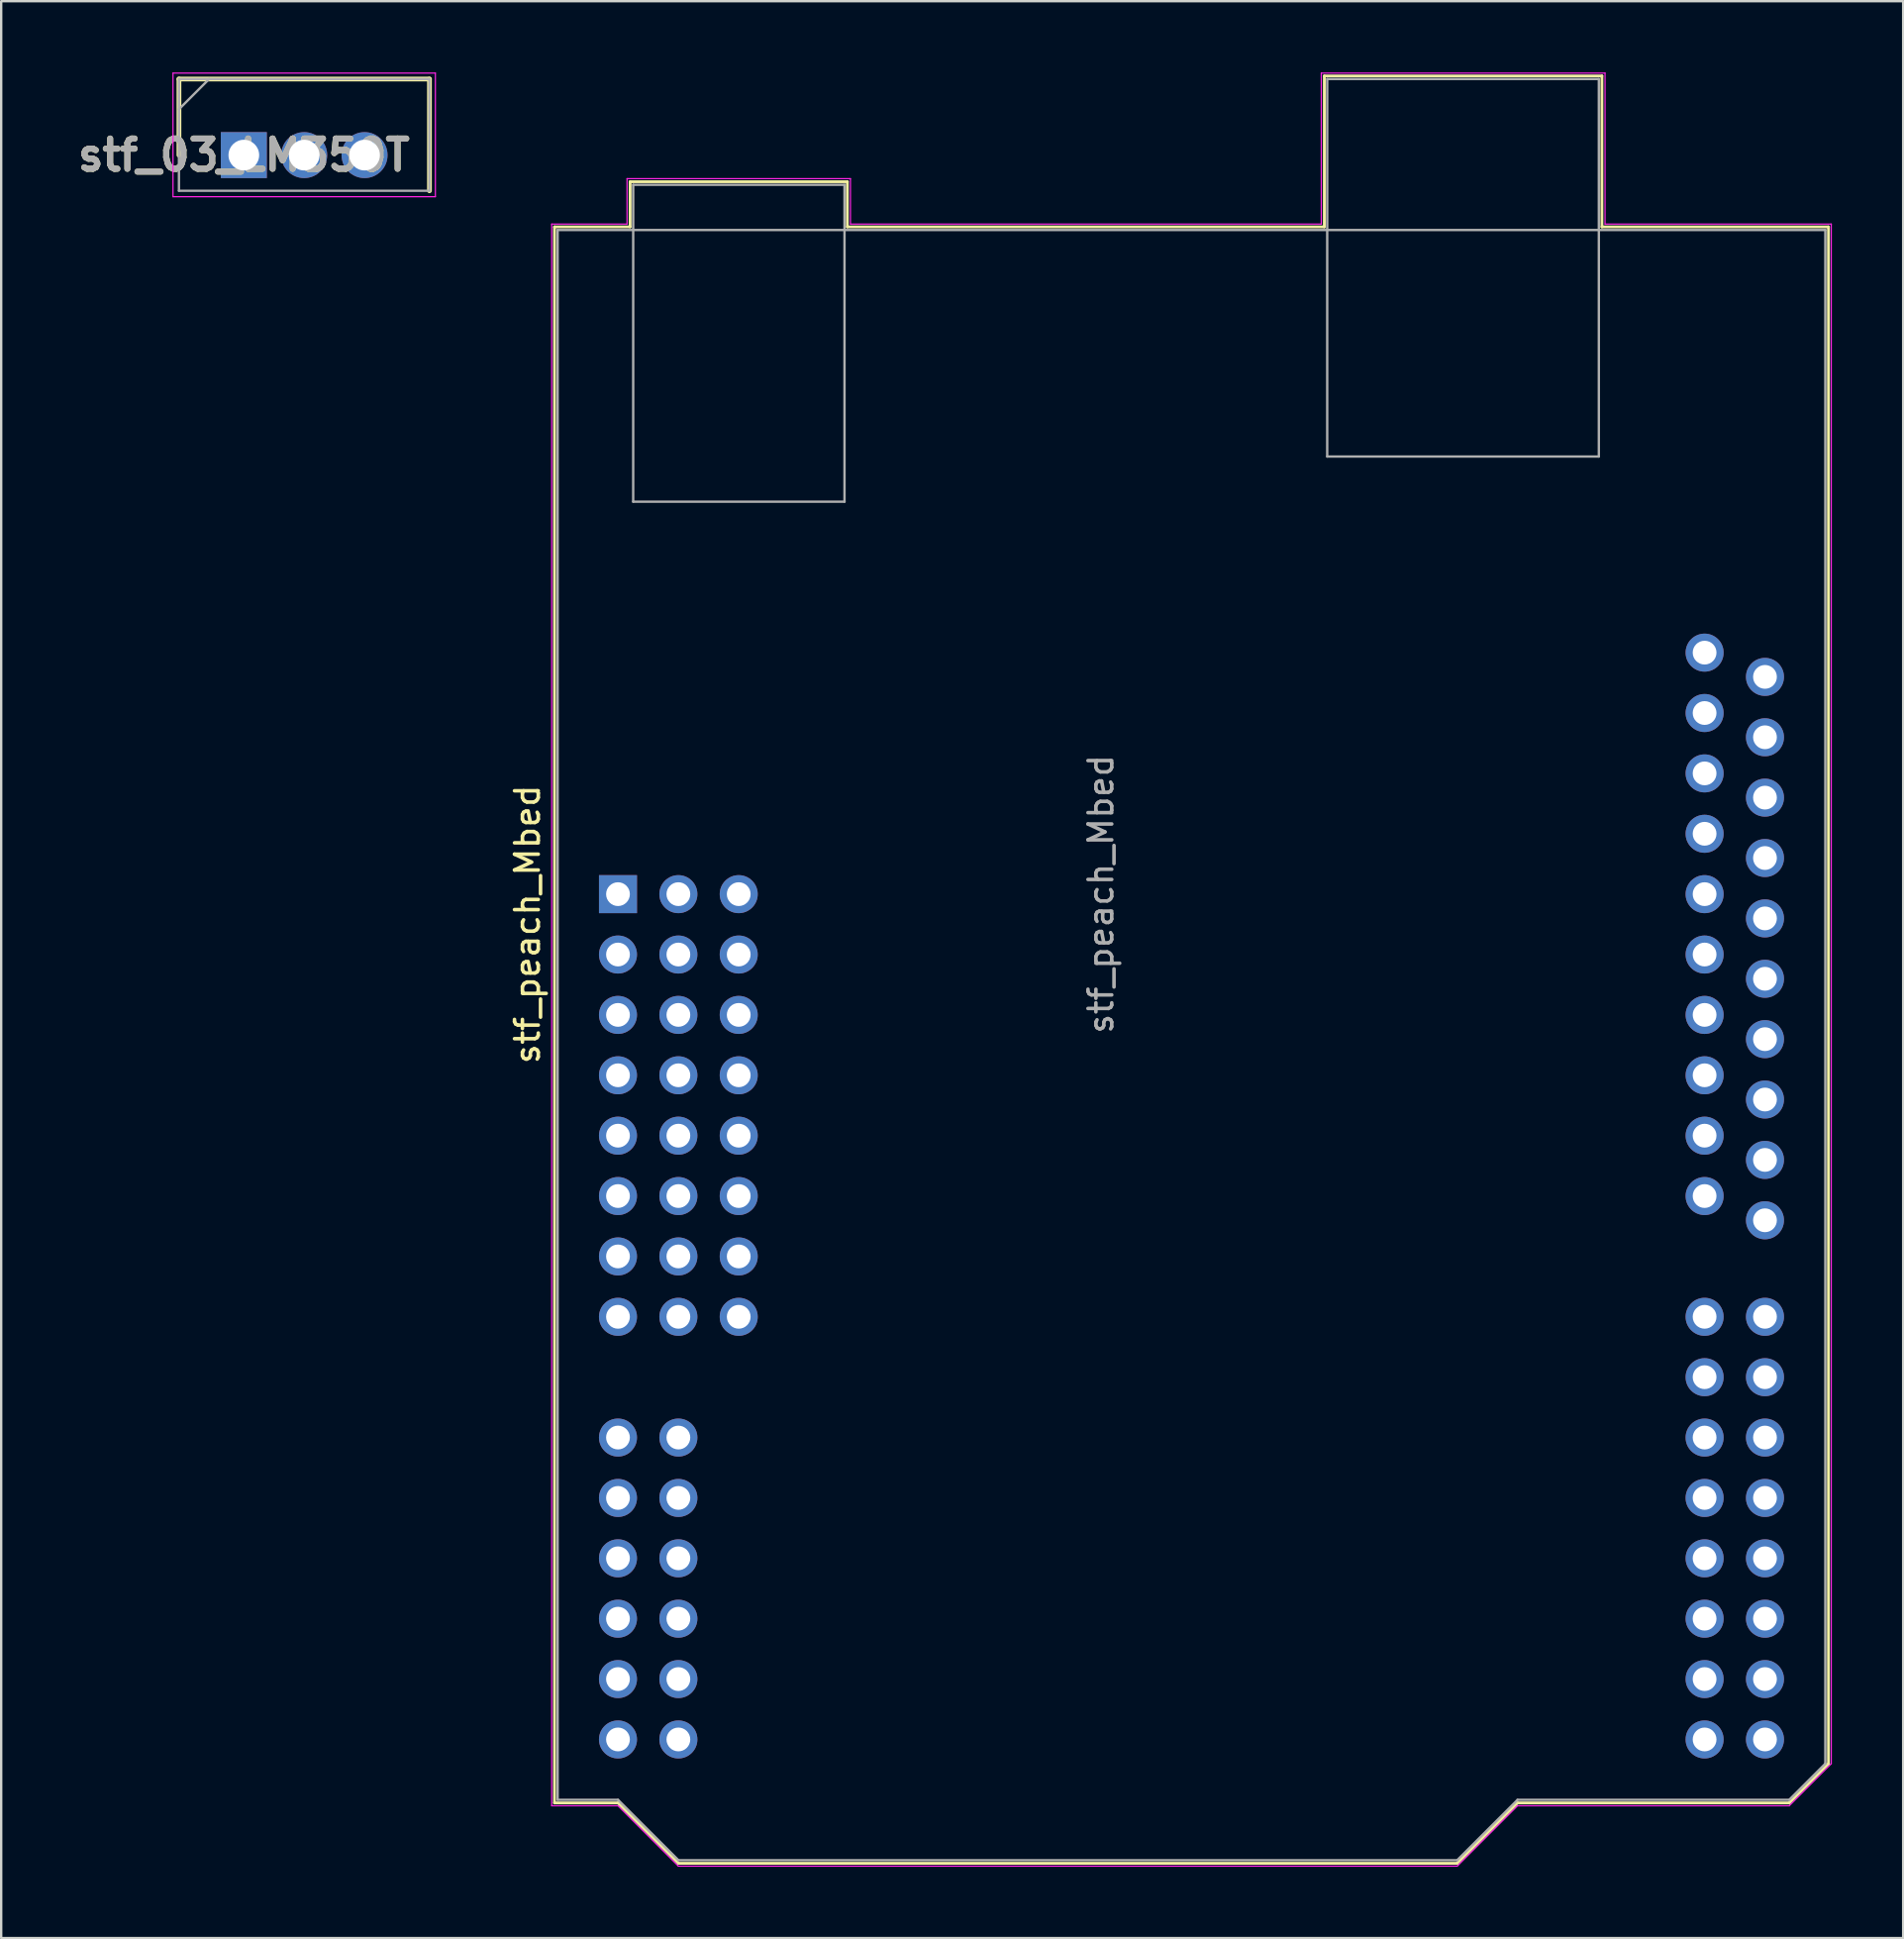
<source format=kicad_pcb>
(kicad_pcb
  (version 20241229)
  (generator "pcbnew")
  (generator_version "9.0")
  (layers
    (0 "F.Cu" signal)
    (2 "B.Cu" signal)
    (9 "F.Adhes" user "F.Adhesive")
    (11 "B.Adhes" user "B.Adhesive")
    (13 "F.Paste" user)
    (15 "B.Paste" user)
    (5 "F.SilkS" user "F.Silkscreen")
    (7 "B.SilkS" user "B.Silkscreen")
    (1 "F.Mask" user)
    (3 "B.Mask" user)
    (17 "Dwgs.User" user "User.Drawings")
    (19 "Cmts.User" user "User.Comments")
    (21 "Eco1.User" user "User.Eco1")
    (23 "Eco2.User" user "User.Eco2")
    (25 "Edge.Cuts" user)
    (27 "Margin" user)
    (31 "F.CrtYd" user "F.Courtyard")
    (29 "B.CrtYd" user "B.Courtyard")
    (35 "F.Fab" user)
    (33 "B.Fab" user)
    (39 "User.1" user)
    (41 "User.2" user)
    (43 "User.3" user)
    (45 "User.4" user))
  (footprint "stf_peach_Mbed"
    (layer "F.Cu")
    (at 31.36 48.535)
    (property "Reference" "stf_peach_Mbed" (at -12.217 -12.7 270) (layer "F.SilkS") (effects (font (size 1 1) (thickness 0.15))))
    (attr through_hole)
    (fp_line (start -11.078 -42.04) (end -7.897 -42.04) (stroke (width 0.12) (type solid)) (layer "F.SilkS"))
    (fp_line (start -11.078 24.26) (end -11.078 -42.04) (stroke (width 0.12) (type solid)) (layer "F.SilkS"))
    (fp_line (start -8.408 24.26) (end -11.078 24.26) (stroke (width 0.12) (type solid)) (layer "F.SilkS"))
    (fp_line (start -7.897 -43.94) (end 1.242 -43.94) (stroke (width 0.12) (type solid)) (layer "F.SilkS"))
    (fp_line (start -7.897 -42.04) (end -7.897 -43.94) (stroke (width 0.12) (type solid)) (layer "F.SilkS"))
    (fp_line (start -5.867 26.8) (end -8.408 24.26) (stroke (width 0.12) (type solid)) (layer "F.SilkS"))
    (fp_line (start 1.242 -43.94) (end 1.242 -42.04) (stroke (width 0.12) (type solid)) (layer "F.SilkS"))
    (fp_line (start 1.242 -42.04) (end 21.312 -42.04) (stroke (width 0.12) (type solid)) (layer "F.SilkS"))
    (fp_line (start 21.312 -48.39) (end 32.992 -48.39) (stroke (width 0.12) (type solid)) (layer "F.SilkS"))
    (fp_line (start 21.312 -42.04) (end 21.312 -48.39) (stroke (width 0.12) (type solid)) (layer "F.SilkS"))
    (fp_line (start 26.902 26.8) (end -5.867 26.8) (stroke (width 0.12) (type solid)) (layer "F.SilkS"))
    (fp_line (start 29.442 24.26) (end 26.902 26.8) (stroke (width 0.12) (type solid)) (layer "F.SilkS"))
    (fp_line (start 32.992 -48.39) (end 32.992 -42.04) (stroke (width 0.12) (type solid)) (layer "F.SilkS"))
    (fp_line (start 32.992 -42.04) (end 42.523 -42.04) (stroke (width 0.12) (type solid)) (layer "F.SilkS"))
    (fp_line (start 40.873 24.26) (end 29.442 24.26) (stroke (width 0.12) (type solid)) (layer "F.SilkS"))
    (fp_line (start 42.523 -42.04) (end 42.523 22.61) (stroke (width 0.12) (type solid)) (layer "F.SilkS"))
    (fp_line (start 42.523 22.61) (end 40.873 24.26) (stroke (width 0.12) (type solid)) (layer "F.SilkS"))
    (fp_line (start -11.197 -42.16) (end -11.197 24.38) (stroke (width 0.05) (type solid)) (layer "F.CrtYd"))
    (fp_line (start -11.197 24.38) (end -8.408 24.38) (stroke (width 0.05) (type solid)) (layer "F.CrtYd"))
    (fp_line (start -8.408 24.38) (end -5.867 26.92) (stroke (width 0.05) (type solid)) (layer "F.CrtYd"))
    (fp_line (start -8.027 -44.07) (end -8.027 -42.16) (stroke (width 0.05) (type solid)) (layer "F.CrtYd"))
    (fp_line (start -8.027 -42.16) (end -11.197 -42.16) (stroke (width 0.05) (type solid)) (layer "F.CrtYd"))
    (fp_line (start -5.867 26.92) (end 26.902 26.92) (stroke (width 0.05) (type solid)) (layer "F.CrtYd"))
    (fp_line (start 1.373 -44.07) (end -8.027 -44.07) (stroke (width 0.05) (type solid)) (layer "F.CrtYd"))
    (fp_line (start 1.373 -42.16) (end 1.373 -44.07) (stroke (width 0.05) (type solid)) (layer "F.CrtYd"))
    (fp_line (start 21.183 -48.51) (end 21.183 -42.16) (stroke (width 0.05) (type solid)) (layer "F.CrtYd"))
    (fp_line (start 21.183 -42.16) (end 1.373 -42.16) (stroke (width 0.05) (type solid)) (layer "F.CrtYd"))
    (fp_line (start 26.902 26.92) (end 29.442 24.38) (stroke (width 0.05) (type solid)) (layer "F.CrtYd"))
    (fp_line (start 29.442 24.38) (end 40.873 24.38) (stroke (width 0.05) (type solid)) (layer "F.CrtYd"))
    (fp_line (start 33.123 -48.51) (end 21.183 -48.51) (stroke (width 0.05) (type solid)) (layer "F.CrtYd"))
    (fp_line (start 33.123 -42.16) (end 33.123 -48.51) (stroke (width 0.05) (type solid)) (layer "F.CrtYd"))
    (fp_line (start 40.873 24.38) (end 42.642 22.61) (stroke (width 0.05) (type solid)) (layer "F.CrtYd"))
    (fp_line (start 42.642 -42.16) (end 33.123 -42.16) (stroke (width 0.05) (type solid)) (layer "F.CrtYd"))
    (fp_line (start 42.642 22.61) (end 42.642 -42.16) (stroke (width 0.05) (type solid)) (layer "F.CrtYd"))
    (fp_line (start -10.947 -41.91) (end -10.947 24.13) (stroke (width 0.1) (type solid)) (layer "F.Fab"))
    (fp_line (start -10.947 24.13) (end -8.408 24.13) (stroke (width 0.1) (type solid)) (layer "F.Fab"))
    (fp_line (start -8.408 24.13) (end -5.867 26.67) (stroke (width 0.1) (type solid)) (layer "F.Fab"))
    (fp_line (start -7.768 -43.81) (end -7.768 -30.48) (stroke (width 0.1) (type solid)) (layer "F.Fab"))
    (fp_line (start -7.768 -30.48) (end 1.123 -30.48) (stroke (width 0.1) (type solid)) (layer "F.Fab"))
    (fp_line (start -5.867 26.67) (end 26.902 26.67) (stroke (width 0.1) (type solid)) (layer "F.Fab"))
    (fp_line (start 1.123 -43.81) (end -7.768 -43.81) (stroke (width 0.1) (type solid)) (layer "F.Fab"))
    (fp_line (start 1.123 -30.48) (end 1.123 -43.81) (stroke (width 0.1) (type solid)) (layer "F.Fab"))
    (fp_line (start 21.433 -48.26) (end 21.433 -32.38) (stroke (width 0.1) (type solid)) (layer "F.Fab"))
    (fp_line (start 21.433 -32.38) (end 32.862 -32.38) (stroke (width 0.1) (type solid)) (layer "F.Fab"))
    (fp_line (start 26.902 26.67) (end 29.442 24.13) (stroke (width 0.1) (type solid)) (layer "F.Fab"))
    (fp_line (start 29.442 24.13) (end 40.873 24.13) (stroke (width 0.1) (type solid)) (layer "F.Fab"))
    (fp_line (start 32.862 -48.26) (end 21.433 -48.26) (stroke (width 0.1) (type solid)) (layer "F.Fab"))
    (fp_line (start 32.862 -32.38) (end 32.862 -48.26) (stroke (width 0.1) (type solid)) (layer "F.Fab"))
    (fp_line (start 40.873 24.13) (end 42.392 22.61) (stroke (width 0.1) (type solid)) (layer "F.Fab"))
    (fp_line (start 42.392 -41.91) (end -10.947 -41.91) (stroke (width 0.1) (type solid)) (layer "F.Fab"))
    (fp_line (start 42.392 22.61) (end 42.392 -41.91) (stroke (width 0.1) (type solid)) (layer "F.Fab"))
    (fp_text user "${REFERENCE}" (at 11.912 -13.97 270) (layer "F.Fab") (effects (font (size 1 1) (thickness 0.15))))
    (pad "+++3V3" thru_hole oval (at -8.408 -6.35) (size 1.6 1.6) (drill 1) (layers "*.Cu" "*.Mask"))
    (pad "++3V3" thru_hole oval (at 37.312 19.05) (size 1.6 1.6) (drill 1) (layers "*.Cu" "*.Mask"))
    (pad "+3V3" thru_hole oval (at -8.408 -11.43) (size 1.6 1.6) (drill 1) (layers "*.Cu" "*.Mask"))
    (pad "+5V" thru_hole oval (at -8.408 -3.81) (size 1.6 1.6) (drill 1) (layers "*.Cu" "*.Mask"))
    (pad "AVDD" thru_hole oval (at 39.852 -18.03) (size 1.6 1.6) (drill 1) (layers "*.Cu" "*.Mask"))
    (pad "GND" thru_hole oval (at -8.408 -1.27) (size 1.6 1.6) (drill 1) (layers "*.Cu" "*.Mask"))
    (pad "GND2" thru_hole oval (at -8.408 1.27) (size 1.6 1.6) (drill 1) (layers "*.Cu" "*.Mask"))
    (pad "GND3" thru_hole oval (at 37.312 21.59) (size 1.6 1.6) (drill 1) (layers "*.Cu" "*.Mask"))
    (pad "GND4" thru_hole oval (at 39.852 -15.49) (size 1.6 1.6) (drill 1) (layers "*.Cu" "*.Mask"))
    (pad "N/A" thru_hole rect (at -8.408 -13.97) (size 1.6 1.6) (drill 1) (layers "*.Cu" "*.Mask"))
    (pad "NTSC_1A" thru_hole oval (at 37.312 16.51) (size 1.6 1.6) (drill 1) (layers "*.Cu" "*.Mask"))
    (pad "NTSC_1B" thru_hole oval (at 37.312 13.97) (size 1.6 1.6) (drill 1) (layers "*.Cu" "*.Mask"))
    (pad "P1_0" thru_hole oval (at -5.867 13.97) (size 1.6 1.6) (drill 1) (layers "*.Cu" "*.Mask"))
    (pad "P1_1" thru_hole oval (at -5.867 11.43) (size 1.6 1.6) (drill 1) (layers "*.Cu" "*.Mask"))
    (pad "P1_2" thru_hole oval (at 39.852 -23.11) (size 1.6 1.6) (drill 1) (layers "*.Cu" "*.Mask"))
    (pad "P1_3" thru_hole oval (at 39.852 -20.57) (size 1.6 1.6) (drill 1) (layers "*.Cu" "*.Mask"))
    (pad "P1_6" thru_hole oval (at -5.867 21.59) (size 1.6 1.6) (drill 1) (layers "*.Cu" "*.Mask"))
    (pad "P1_7" thru_hole oval (at -5.867 19.05) (size 1.6 1.6) (drill 1) (layers "*.Cu" "*.Mask"))
    (pad "P1_8" thru_hole oval (at -8.408 8.89) (size 1.6 1.6) (drill 1) (layers "*.Cu" "*.Mask"))
    (pad "P1_9" thru_hole oval (at -8.408 11.43) (size 1.6 1.6) (drill 1) (layers "*.Cu" "*.Mask"))
    (pad "P1_10" thru_hole oval (at -8.408 13.97) (size 1.6 1.6) (drill 1) (layers "*.Cu" "*.Mask"))
    (pad "P1_11" thru_hole oval (at -8.408 16.51) (size 1.6 1.6) (drill 1) (layers "*.Cu" "*.Mask"))
    (pad "P1_12" thru_hole oval (at -5.867 16.51) (size 1.6 1.6) (drill 1) (layers "*.Cu" "*.Mask"))
    (pad "P1_13" thru_hole oval (at -8.408 19.05) (size 1.6 1.6) (drill 1) (layers "*.Cu" "*.Mask"))
    (pad "P1_15" thru_hole oval (at -8.408 21.59) (size 1.6 1.6) (drill 1) (layers "*.Cu" "*.Mask"))
    (pad "P2_0" thru_hole oval (at -5.867 3.81) (size 1.6 1.6) (drill 1) (layers "*.Cu" "*.Mask"))
    (pad "P2_1" thru_hole oval (at -5.867 1.27) (size 1.6 1.6) (drill 1) (layers "*.Cu" "*.Mask"))
    (pad "P2_2" thru_hole oval (at -5.867 -1.27) (size 1.6 1.6) (drill 1) (layers "*.Cu" "*.Mask"))
    (pad "P2_3" thru_hole oval (at -5.867 -3.81) (size 1.6 1.6) (drill 1) (layers "*.Cu" "*.Mask"))
    (pad "P2_4" thru_hole oval (at -5.867 -6.35) (size 1.6 1.6) (drill 1) (layers "*.Cu" "*.Mask"))
    (pad "P2_5" thru_hole oval (at -5.867 -8.89) (size 1.6 1.6) (drill 1) (layers "*.Cu" "*.Mask"))
    (pad "P2_6" thru_hole oval (at -5.867 -11.43) (size 1.6 1.6) (drill 1) (layers "*.Cu" "*.Mask"))
    (pad "P2_7" thru_hole oval (at -5.867 -13.97) (size 1.6 1.6) (drill 1) (layers "*.Cu" "*.Mask"))
    (pad "P2_9" thru_hole oval (at 37.312 8.89) (size 1.6 1.6) (drill 1) (layers "*.Cu" "*.Mask"))
    (pad "P2_10" thru_hole oval (at 37.312 11.43) (size 1.6 1.6) (drill 1) (layers "*.Cu" "*.Mask"))
    (pad "P2_13" thru_hole oval (at 37.312 -21.59) (size 1.6 1.6) (drill 1) (layers "*.Cu" "*.Mask"))
    (pad "P2_14" thru_hole oval (at 39.852 19.05) (size 1.6 1.6) (drill 1) (layers "*.Cu" "*.Mask"))
    (pad "P2_15" thru_hole oval (at 39.852 21.59) (size 1.6 1.6) (drill 1) (layers "*.Cu" "*.Mask"))
    (pad "P3_8" thru_hole oval (at -3.328 3.81) (size 1.6 1.6) (drill 1) (layers "*.Cu" "*.Mask"))
    (pad "P3_9" thru_hole oval (at -3.328 1.27) (size 1.6 1.6) (drill 1) (layers "*.Cu" "*.Mask"))
    (pad "P3_10" thru_hole oval (at -3.328 -1.27) (size 1.6 1.6) (drill 1) (layers "*.Cu" "*.Mask"))
    (pad "P3_11" thru_hole oval (at -3.328 -3.81) (size 1.6 1.6) (drill 1) (layers "*.Cu" "*.Mask"))
    (pad "P3_12" thru_hole oval (at -3.328 -6.35) (size 1.6 1.6) (drill 1) (layers "*.Cu" "*.Mask"))
    (pad "P3_13" thru_hole oval (at -3.328 -8.89) (size 1.6 1.6) (drill 1) (layers "*.Cu" "*.Mask"))
    (pad "P3_14" thru_hole oval (at -3.328 -11.43) (size 1.6 1.6) (drill 1) (layers "*.Cu" "*.Mask"))
    (pad "P3_15" thru_hole oval (at -3.328 -13.97) (size 1.6 1.6) (drill 1) (layers "*.Cu" "*.Mask"))
    (pad "P4_0" thru_hole oval (at 37.312 -24.13) (size 1.6 1.6) (drill 1) (layers "*.Cu" "*.Mask"))
    (pad "P4_4" thru_hole oval (at 39.852 8.89) (size 1.6 1.6) (drill 1) (layers "*.Cu" "*.Mask"))
    (pad "P4_5" thru_hole oval (at 39.852 11.43) (size 1.6 1.6) (drill 1) (layers "*.Cu" "*.Mask"))
    (pad "P4_6" thru_hole oval (at 39.852 13.97) (size 1.6 1.6) (drill 1) (layers "*.Cu" "*.Mask"))
    (pad "P4_7" thru_hole oval (at 39.852 16.51) (size 1.6 1.6) (drill 1) (layers "*.Cu" "*.Mask"))
    (pad "P5_0" thru_hole oval (at 37.312 -1.27) (size 1.6 1.6) (drill 1) (layers "*.Cu" "*.Mask"))
    (pad "P5_1" thru_hole oval (at 37.312 -3.81) (size 1.6 1.6) (drill 1) (layers "*.Cu" "*.Mask"))
    (pad "P5_2" thru_hole oval (at 37.312 -6.35) (size 1.6 1.6) (drill 1) (layers "*.Cu" "*.Mask"))
    (pad "P5_3" thru_hole oval (at 37.312 -8.89) (size 1.6 1.6) (drill 1) (layers "*.Cu" "*.Mask"))
    (pad "P5_4" thru_hole oval (at 37.312 -11.43) (size 1.6 1.6) (drill 1) (layers "*.Cu" "*.Mask"))
    (pad "P5_5" thru_hole oval (at 37.312 -13.97) (size 1.6 1.6) (drill 1) (layers "*.Cu" "*.Mask"))
    (pad "P5_6" thru_hole oval (at 37.312 -16.51) (size 1.6 1.6) (drill 1) (layers "*.Cu" "*.Mask"))
    (pad "P5_7" thru_hole oval (at 37.312 -19.05) (size 1.6 1.6) (drill 1) (layers "*.Cu" "*.Mask"))
    (pad "P7_15" thru_hole oval (at 37.312 3.81) (size 1.6 1.6) (drill 1) (layers "*.Cu" "*.Mask"))
    (pad "P8_1" thru_hole oval (at 37.312 6.35) (size 1.6 1.6) (drill 1) (layers "*.Cu" "*.Mask"))
    (pad "P8_11" thru_hole oval (at 39.852 3.81) (size 1.6 1.6) (drill 1) (layers "*.Cu" "*.Mask"))
    (pad "P8_13" thru_hole oval (at 39.852 6.35) (size 1.6 1.6) (drill 1) (layers "*.Cu" "*.Mask"))
    (pad "P8_14" thru_hole oval (at 39.852 -2.79) (size 1.6 1.6) (drill 1) (layers "*.Cu" "*.Mask"))
    (pad "P8_15" thru_hole oval (at 39.852 -0.25) (size 1.6 1.6) (drill 1) (layers "*.Cu" "*.Mask"))
    (pad "P10_0" thru_hole oval (at -5.867 8.89) (size 1.6 1.6) (drill 1) (layers "*.Cu" "*.Mask"))
    (pad "P10_12" thru_hole oval (at 39.852 -12.95) (size 1.6 1.6) (drill 1) (layers "*.Cu" "*.Mask"))
    (pad "P10_13" thru_hole oval (at 39.852 -5.33) (size 1.6 1.6) (drill 1) (layers "*.Cu" "*.Mask"))
    (pad "P10_14" thru_hole oval (at 39.852 -7.87) (size 1.6 1.6) (drill 1) (layers "*.Cu" "*.Mask"))
    (pad "P10_15" thru_hole oval (at 39.852 -10.41) (size 1.6 1.6) (drill 1) (layers "*.Cu" "*.Mask"))
    (pad "RESET" thru_hole oval (at -8.408 -8.89) (size 1.6 1.6) (drill 1) (layers "*.Cu" "*.Mask"))
    (pad "Vin" thru_hole oval (at -8.408 3.81) (size 1.6 1.6) (drill 1) (layers "*.Cu" "*.Mask")))
  (footprint "stf_03_LM350T"
    (layer "F.Cu")
    (at 7.209 3.475)
    (property "Reference" "stf_03_LM350T" (at 0 0 0) (layer "F.SilkS") (effects (font (size 1.27 1.27) (thickness 0.254))))
    (attr through_hole)
    (fp_line (start -2.73 -3.2) (end -2.73 0) (stroke (width 0.2) (type solid)) (layer "F.SilkS"))
    (fp_line (start 7.81 -3.2) (end -2.73 -3.2) (stroke (width 0.2) (type solid)) (layer "F.SilkS"))
    (fp_line (start 7.81 1.5) (end 7.81 -3.2) (stroke (width 0.2) (type solid)) (layer "F.SilkS"))
    (fp_line (start -2.98 -3.45) (end 8.06 -3.45) (stroke (width 0.05) (type solid)) (layer "F.CrtYd"))
    (fp_line (start -2.98 1.75) (end -2.98 -3.45) (stroke (width 0.05) (type solid)) (layer "F.CrtYd"))
    (fp_line (start 8.06 -3.45) (end 8.06 1.75) (stroke (width 0.05) (type solid)) (layer "F.CrtYd"))
    (fp_line (start 8.06 1.75) (end -2.98 1.75) (stroke (width 0.05) (type solid)) (layer "F.CrtYd"))
    (fp_line (start -2.73 -3.2) (end 7.81 -3.2) (stroke (width 0.1) (type solid)) (layer "F.Fab"))
    (fp_line (start -2.73 -1.93) (end -1.46 -3.2) (stroke (width 0.1) (type solid)) (layer "F.Fab"))
    (fp_line (start -2.73 1.5) (end -2.73 -3.2) (stroke (width 0.1) (type solid)) (layer "F.Fab"))
    (fp_line (start 7.81 -3.2) (end 7.81 1.5) (stroke (width 0.1) (type solid)) (layer "F.Fab"))
    (fp_line (start 7.81 1.5) (end -2.73 1.5) (stroke (width 0.1) (type solid)) (layer "F.Fab"))
    (fp_text user "${REFERENCE}" (at 0 0 0) (layer "F.Fab") (effects (font (size 1.27 1.27) (thickness 0.254))))
    (pad "1" thru_hole rect (at 0 0) (size 1.935 1.935) (drill 1.29) (layers "*.Cu" "*.Mask"))
    (pad "2" thru_hole circle (at 2.54 0) (size 1.935 1.935) (drill 1.29) (layers "*.Cu" "*.Mask"))
    (pad "3" thru_hole circle (at 5.08 0) (size 1.935 1.935) (drill 1.29) (layers "*.Cu" "*.Mask")))
  (gr_rect
    (start -3 -3)
    (end 77.027 78.48)
    (stroke (width 0.1) (type default))
    (fill no)
    (layer "Edge.Cuts")))
</source>
